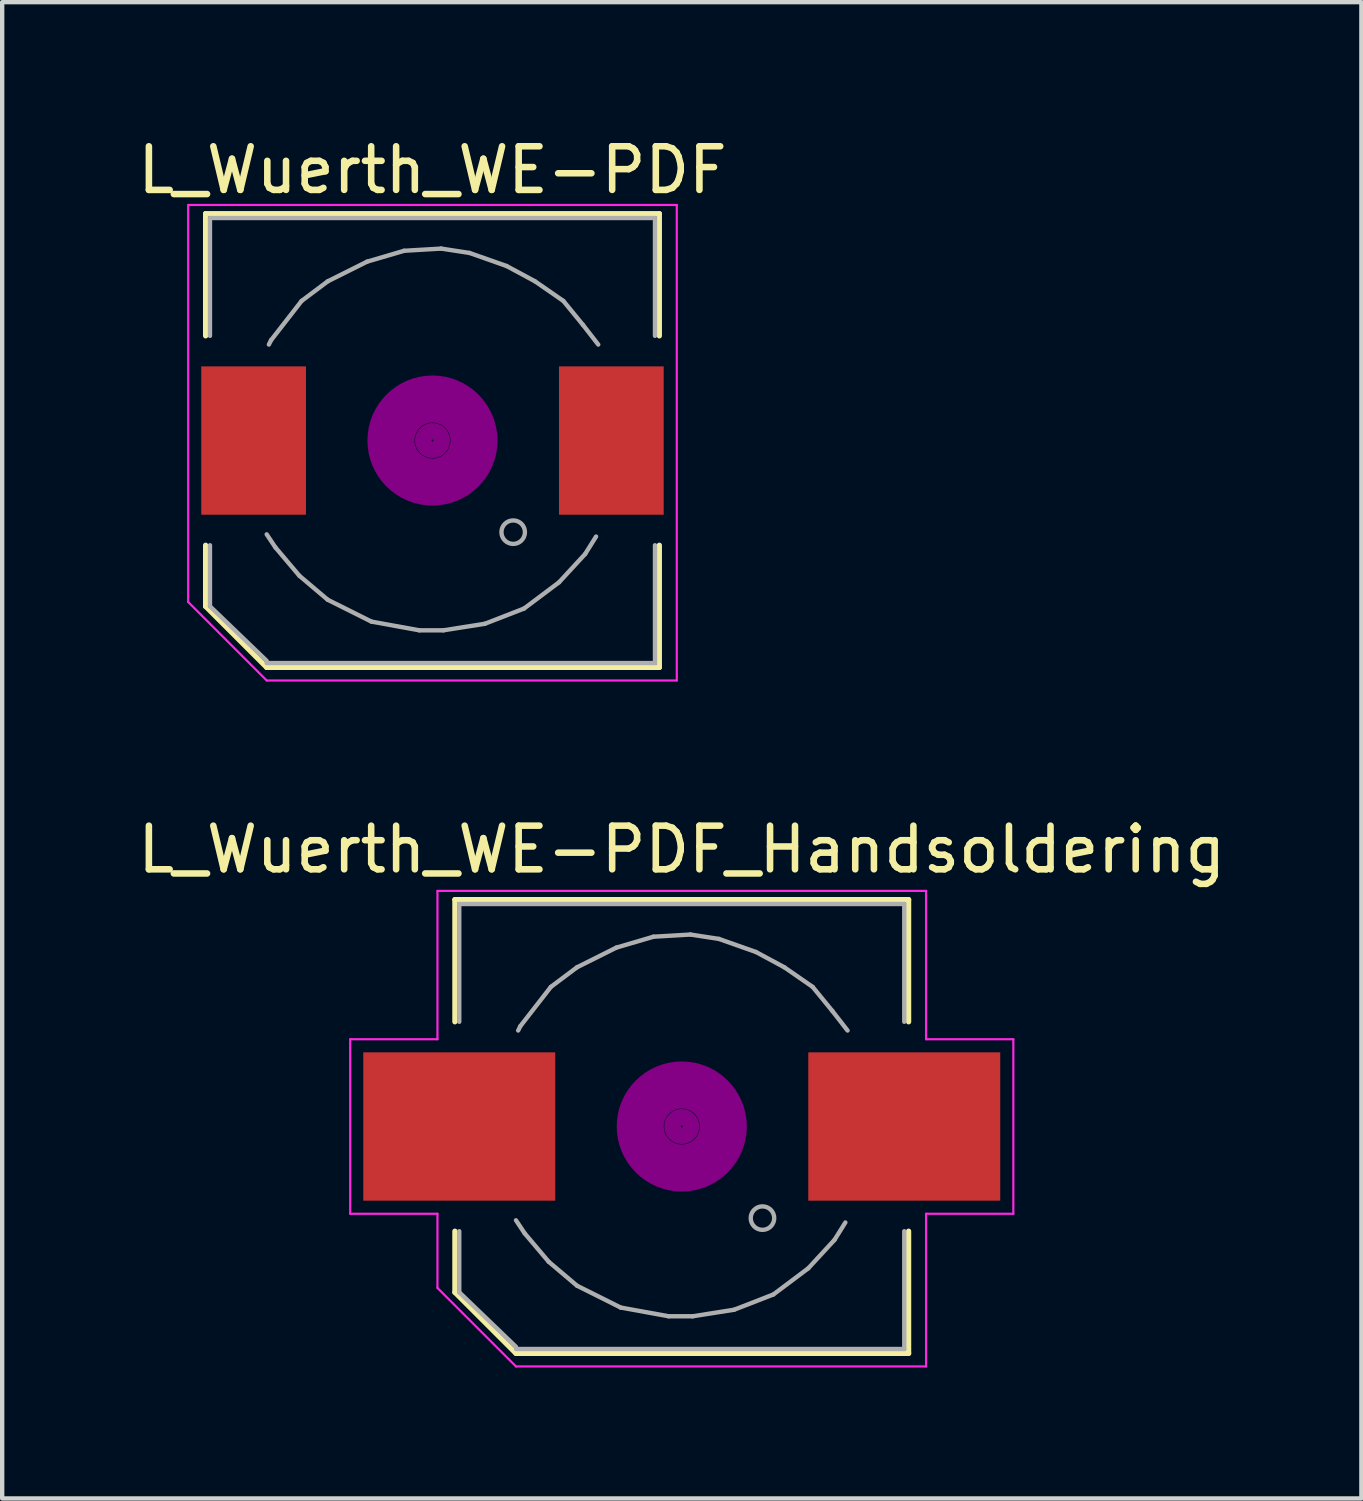
<source format=kicad_pcb>
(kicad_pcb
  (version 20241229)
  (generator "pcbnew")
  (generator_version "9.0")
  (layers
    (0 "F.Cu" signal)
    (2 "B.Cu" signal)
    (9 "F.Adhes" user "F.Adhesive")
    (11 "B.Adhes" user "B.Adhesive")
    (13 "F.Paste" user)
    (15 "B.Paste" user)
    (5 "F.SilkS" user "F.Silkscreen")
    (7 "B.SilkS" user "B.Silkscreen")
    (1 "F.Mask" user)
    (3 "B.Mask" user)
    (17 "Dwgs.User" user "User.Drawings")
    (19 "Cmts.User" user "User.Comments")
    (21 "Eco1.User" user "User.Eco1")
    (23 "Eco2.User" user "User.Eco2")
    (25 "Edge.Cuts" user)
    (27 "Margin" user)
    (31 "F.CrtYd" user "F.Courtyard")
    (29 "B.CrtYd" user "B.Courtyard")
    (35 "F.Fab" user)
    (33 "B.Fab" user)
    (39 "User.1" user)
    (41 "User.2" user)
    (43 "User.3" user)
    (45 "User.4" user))
  (footprint "L_Wuerth_WE-PDF"
    (layer "F.Cu")
    (at 6.863 7.048)
    (property "Reference" "L_Wuerth_WE-PDF" (at 0 -6.2 0) (layer "F.SilkS") (effects (font (size 1 1) (thickness 0.15))))
    (attr smd)
    (fp_line (start -5.2 -5.2) (end 5.2 -5.2) (stroke (width 0.12) (type solid)) (layer "F.SilkS"))
    (fp_line (start -5.2 -2.4) (end -5.2 -5.2) (stroke (width 0.12) (type solid)) (layer "F.SilkS"))
    (fp_line (start -5.2 3.8) (end -5.2 2.4) (stroke (width 0.12) (type solid)) (layer "F.SilkS"))
    (fp_line (start -3.8 5.2) (end -5.2 3.8) (stroke (width 0.12) (type solid)) (layer "F.SilkS"))
    (fp_line (start 5.2 -5.2) (end 5.2 -2.4) (stroke (width 0.12) (type solid)) (layer "F.SilkS"))
    (fp_line (start 5.2 2.4) (end 5.2 5.2) (stroke (width 0.12) (type solid)) (layer "F.SilkS"))
    (fp_line (start 5.2 5.2) (end -3.8 5.2) (stroke (width 0.12) (type solid)) (layer "F.SilkS"))
    (fp_circle (center 0 0) (end 0.15 0.15) (stroke (width 0.38) (type solid)) (fill no) (layer "F.Adhes"))
    (fp_circle (center 0 0) (end 0.6 0.05) (stroke (width 0.38) (type solid)) (fill no) (layer "F.Adhes"))
    (fp_circle (center 0 0) (end 0.95 0) (stroke (width 0.38) (type solid)) (fill no) (layer "F.Adhes"))
    (fp_circle (center 0 0) (end 1.3 0.05) (stroke (width 0.38) (type solid)) (fill no) (layer "F.Adhes"))
    (fp_line (start -5.6 -5.4) (end 5.6 -5.4) (stroke (width 0.05) (type solid)) (layer "F.CrtYd"))
    (fp_line (start -5.6 3.7) (end -5.6 -5.4) (stroke (width 0.05) (type solid)) (layer "F.CrtYd"))
    (fp_line (start -3.8 5.5) (end -5.6 3.7) (stroke (width 0.05) (type solid)) (layer "F.CrtYd"))
    (fp_line (start 5.6 -5.4) (end 5.6 5.5) (stroke (width 0.05) (type solid)) (layer "F.CrtYd"))
    (fp_line (start 5.6 5.5) (end -3.8 5.5) (stroke (width 0.05) (type solid)) (layer "F.CrtYd"))
    (fp_line (start -5.1 -5.1) (end -5.1 -2.4) (stroke (width 0.1) (type solid)) (layer "F.Fab"))
    (fp_line (start -5.1 2.4) (end -5.1 3.8) (stroke (width 0.1) (type solid)) (layer "F.Fab"))
    (fp_line (start -5.1 3.8) (end -3.8 5.05) (stroke (width 0.1) (type solid)) (layer "F.Fab"))
    (fp_line (start -3.8 2.15) (end -3.6 2.45) (stroke (width 0.1) (type solid)) (layer "F.Fab"))
    (fp_line (start -3.7 -2.3) (end -3.75 -2.2) (stroke (width 0.1) (type solid)) (layer "F.Fab"))
    (fp_line (start -3.6 2.45) (end -3.05 3.1) (stroke (width 0.1) (type solid)) (layer "F.Fab"))
    (fp_line (start -3.05 3.1) (end -2.4 3.65) (stroke (width 0.1) (type solid)) (layer "F.Fab"))
    (fp_line (start -3 -3.2) (end -3.7 -2.3) (stroke (width 0.1) (type solid)) (layer "F.Fab"))
    (fp_line (start -2.4 -3.65) (end -3 -3.2) (stroke (width 0.1) (type solid)) (layer "F.Fab"))
    (fp_line (start -2.4 3.65) (end -1.4 4.15) (stroke (width 0.1) (type solid)) (layer "F.Fab"))
    (fp_line (start -1.5 -4.1) (end -2.4 -3.65) (stroke (width 0.1) (type solid)) (layer "F.Fab"))
    (fp_line (start -1.4 4.15) (end -0.3 4.35) (stroke (width 0.1) (type solid)) (layer "F.Fab"))
    (fp_line (start -0.65 -4.35) (end -1.5 -4.1) (stroke (width 0.1) (type solid)) (layer "F.Fab"))
    (fp_line (start -0.3 4.35) (end 0.25 4.35) (stroke (width 0.1) (type solid)) (layer "F.Fab"))
    (fp_line (start 0.2 -4.4) (end -0.65 -4.35) (stroke (width 0.1) (type solid)) (layer "F.Fab"))
    (fp_line (start 0.25 4.35) (end 1.2 4.2) (stroke (width 0.1) (type solid)) (layer "F.Fab"))
    (fp_line (start 0.85 -4.3) (end 0.2 -4.4) (stroke (width 0.1) (type solid)) (layer "F.Fab"))
    (fp_line (start 1.2 4.2) (end 2.1 3.85) (stroke (width 0.1) (type solid)) (layer "F.Fab"))
    (fp_line (start 1.7 -4) (end 0.85 -4.3) (stroke (width 0.1) (type solid)) (layer "F.Fab"))
    (fp_line (start 2.1 3.85) (end 2.9 3.25) (stroke (width 0.1) (type solid)) (layer "F.Fab"))
    (fp_line (start 2.35 -3.65) (end 1.7 -4) (stroke (width 0.1) (type solid)) (layer "F.Fab"))
    (fp_line (start 2.9 3.25) (end 3.5 2.6) (stroke (width 0.1) (type solid)) (layer "F.Fab"))
    (fp_line (start 3 -3.2) (end 2.35 -3.65) (stroke (width 0.1) (type solid)) (layer "F.Fab"))
    (fp_line (start 3.45 -2.65) (end 3 -3.2) (stroke (width 0.1) (type solid)) (layer "F.Fab"))
    (fp_line (start 3.5 2.6) (end 3.75 2.2) (stroke (width 0.1) (type solid)) (layer "F.Fab"))
    (fp_line (start 3.8 -2.2) (end 3.45 -2.65) (stroke (width 0.1) (type solid)) (layer "F.Fab"))
    (fp_line (start 5.1 -5.1) (end -5.1 -5.1) (stroke (width 0.1) (type solid)) (layer "F.Fab"))
    (fp_line (start 5.1 -5.1) (end 5.1 -2.4) (stroke (width 0.1) (type solid)) (layer "F.Fab"))
    (fp_line (start 5.1 5.1) (end -3.8 5.1) (stroke (width 0.1) (type solid)) (layer "F.Fab"))
    (fp_line (start 5.1 5.1) (end 5.1 2.4) (stroke (width 0.1) (type solid)) (layer "F.Fab"))
    (fp_circle (center 1.85 2.1) (end 2.1 2.2) (stroke (width 0.1) (type solid)) (fill no) (layer "F.Fab"))
    (pad "1" smd rect (at -4.1 0) (size 2.4 3.4) (layers "F.Cu" "F.Mask" "F.Paste"))
    (pad "2" smd rect (at 4.1 0) (size 2.4 3.4) (layers "F.Cu" "F.Mask" "F.Paste")))
  (footprint "L_Wuerth_WE-PDF_Handsoldering"
    (layer "F.Cu")
    (at 12.577 22.771)
    (property "Reference" "L_Wuerth_WE-PDF_Handsoldering" (at 0 -6.35 0) (layer "F.SilkS") (effects (font (size 1 1) (thickness 0.15))))
    (attr smd)
    (fp_line (start -5.2 -5.2) (end 5.2 -5.2) (stroke (width 0.12) (type solid)) (layer "F.SilkS"))
    (fp_line (start -5.2 -2.4) (end -5.2 -5.2) (stroke (width 0.12) (type solid)) (layer "F.SilkS"))
    (fp_line (start -5.2 3.8) (end -5.2 2.4) (stroke (width 0.12) (type solid)) (layer "F.SilkS"))
    (fp_line (start -3.8 5.2) (end -5.2 3.8) (stroke (width 0.12) (type solid)) (layer "F.SilkS"))
    (fp_line (start 5.2 -5.2) (end 5.2 -2.4) (stroke (width 0.12) (type solid)) (layer "F.SilkS"))
    (fp_line (start 5.2 2.4) (end 5.2 5.2) (stroke (width 0.12) (type solid)) (layer "F.SilkS"))
    (fp_line (start 5.2 5.2) (end -3.8 5.2) (stroke (width 0.12) (type solid)) (layer "F.SilkS"))
    (fp_circle (center 0 0) (end 0.15 0.15) (stroke (width 0.38) (type solid)) (fill no) (layer "F.Adhes"))
    (fp_circle (center 0 0) (end 0.6 0.05) (stroke (width 0.38) (type solid)) (fill no) (layer "F.Adhes"))
    (fp_circle (center 0 0) (end 0.95 0) (stroke (width 0.38) (type solid)) (fill no) (layer "F.Adhes"))
    (fp_circle (center 0 0) (end 1.3 0.05) (stroke (width 0.38) (type solid)) (fill no) (layer "F.Adhes"))
    (fp_line (start -7.6 -2) (end -5.6 -2) (stroke (width 0.05) (type solid)) (layer "F.CrtYd"))
    (fp_line (start -7.6 2) (end -7.6 -2) (stroke (width 0.05) (type solid)) (layer "F.CrtYd"))
    (fp_line (start -5.6 -5.4) (end 5.6 -5.4) (stroke (width 0.05) (type solid)) (layer "F.CrtYd"))
    (fp_line (start -5.6 -2) (end -5.6 -5.4) (stroke (width 0.05) (type solid)) (layer "F.CrtYd"))
    (fp_line (start -5.6 2) (end -7.6 2) (stroke (width 0.05) (type solid)) (layer "F.CrtYd"))
    (fp_line (start -5.6 3.7) (end -5.6 2) (stroke (width 0.05) (type solid)) (layer "F.CrtYd"))
    (fp_line (start -3.8 5.5) (end -5.6 3.7) (stroke (width 0.05) (type solid)) (layer "F.CrtYd"))
    (fp_line (start 5.6 -5.4) (end 5.6 -2) (stroke (width 0.05) (type solid)) (layer "F.CrtYd"))
    (fp_line (start 5.6 -2) (end 7.6 -2) (stroke (width 0.05) (type solid)) (layer "F.CrtYd"))
    (fp_line (start 5.6 2) (end 5.6 5.5) (stroke (width 0.05) (type solid)) (layer "F.CrtYd"))
    (fp_line (start 5.6 5.5) (end -3.8 5.5) (stroke (width 0.05) (type solid)) (layer "F.CrtYd"))
    (fp_line (start 7.6 -2) (end 7.6 2) (stroke (width 0.05) (type solid)) (layer "F.CrtYd"))
    (fp_line (start 7.6 2) (end 5.6 2) (stroke (width 0.05) (type solid)) (layer "F.CrtYd"))
    (fp_line (start -5.1 -5.1) (end -5.1 -2.4) (stroke (width 0.1) (type solid)) (layer "F.Fab"))
    (fp_line (start -5.1 2.4) (end -5.1 3.8) (stroke (width 0.1) (type solid)) (layer "F.Fab"))
    (fp_line (start -5.1 3.8) (end -3.8 5.05) (stroke (width 0.1) (type solid)) (layer "F.Fab"))
    (fp_line (start -3.8 2.15) (end -3.6 2.45) (stroke (width 0.1) (type solid)) (layer "F.Fab"))
    (fp_line (start -3.7 -2.3) (end -3.75 -2.2) (stroke (width 0.1) (type solid)) (layer "F.Fab"))
    (fp_line (start -3.6 2.45) (end -3.05 3.1) (stroke (width 0.1) (type solid)) (layer "F.Fab"))
    (fp_line (start -3.05 3.1) (end -2.4 3.65) (stroke (width 0.1) (type solid)) (layer "F.Fab"))
    (fp_line (start -3 -3.2) (end -3.7 -2.3) (stroke (width 0.1) (type solid)) (layer "F.Fab"))
    (fp_line (start -2.4 -3.65) (end -3 -3.2) (stroke (width 0.1) (type solid)) (layer "F.Fab"))
    (fp_line (start -2.4 3.65) (end -1.4 4.15) (stroke (width 0.1) (type solid)) (layer "F.Fab"))
    (fp_line (start -1.5 -4.1) (end -2.4 -3.65) (stroke (width 0.1) (type solid)) (layer "F.Fab"))
    (fp_line (start -1.4 4.15) (end -0.3 4.35) (stroke (width 0.1) (type solid)) (layer "F.Fab"))
    (fp_line (start -0.65 -4.35) (end -1.5 -4.1) (stroke (width 0.1) (type solid)) (layer "F.Fab"))
    (fp_line (start -0.3 4.35) (end 0.25 4.35) (stroke (width 0.1) (type solid)) (layer "F.Fab"))
    (fp_line (start 0.2 -4.4) (end -0.65 -4.35) (stroke (width 0.1) (type solid)) (layer "F.Fab"))
    (fp_line (start 0.25 4.35) (end 1.2 4.2) (stroke (width 0.1) (type solid)) (layer "F.Fab"))
    (fp_line (start 0.85 -4.3) (end 0.2 -4.4) (stroke (width 0.1) (type solid)) (layer "F.Fab"))
    (fp_line (start 1.2 4.2) (end 2.1 3.85) (stroke (width 0.1) (type solid)) (layer "F.Fab"))
    (fp_line (start 1.7 -4) (end 0.85 -4.3) (stroke (width 0.1) (type solid)) (layer "F.Fab"))
    (fp_line (start 2.1 3.85) (end 2.9 3.25) (stroke (width 0.1) (type solid)) (layer "F.Fab"))
    (fp_line (start 2.35 -3.65) (end 1.7 -4) (stroke (width 0.1) (type solid)) (layer "F.Fab"))
    (fp_line (start 2.9 3.25) (end 3.5 2.6) (stroke (width 0.1) (type solid)) (layer "F.Fab"))
    (fp_line (start 3 -3.2) (end 2.35 -3.65) (stroke (width 0.1) (type solid)) (layer "F.Fab"))
    (fp_line (start 3.45 -2.65) (end 3 -3.2) (stroke (width 0.1) (type solid)) (layer "F.Fab"))
    (fp_line (start 3.5 2.6) (end 3.75 2.2) (stroke (width 0.1) (type solid)) (layer "F.Fab"))
    (fp_line (start 3.8 -2.2) (end 3.45 -2.65) (stroke (width 0.1) (type solid)) (layer "F.Fab"))
    (fp_line (start 5.1 -5.1) (end -5.1 -5.1) (stroke (width 0.1) (type solid)) (layer "F.Fab"))
    (fp_line (start 5.1 -5.1) (end 5.1 -2.4) (stroke (width 0.1) (type solid)) (layer "F.Fab"))
    (fp_line (start 5.1 5.1) (end -3.8 5.1) (stroke (width 0.1) (type solid)) (layer "F.Fab"))
    (fp_line (start 5.1 5.1) (end 5.1 2.4) (stroke (width 0.1) (type solid)) (layer "F.Fab"))
    (fp_circle (center 1.85 2.1) (end 2.1 2.2) (stroke (width 0.1) (type solid)) (fill no) (layer "F.Fab"))
    (pad "1" smd rect (at -5.1 0) (size 4.4 3.4) (layers "F.Cu" "F.Mask" "F.Paste"))
    (pad "2" smd rect (at 5.1 0) (size 4.4 3.4) (layers "F.Cu" "F.Mask" "F.Paste")))
  (gr_rect
    (start -3 -3)
    (end 28.155 31.297)
    (stroke (width 0.1) (type default))
    (fill no)
    (layer "Edge.Cuts")))
</source>
